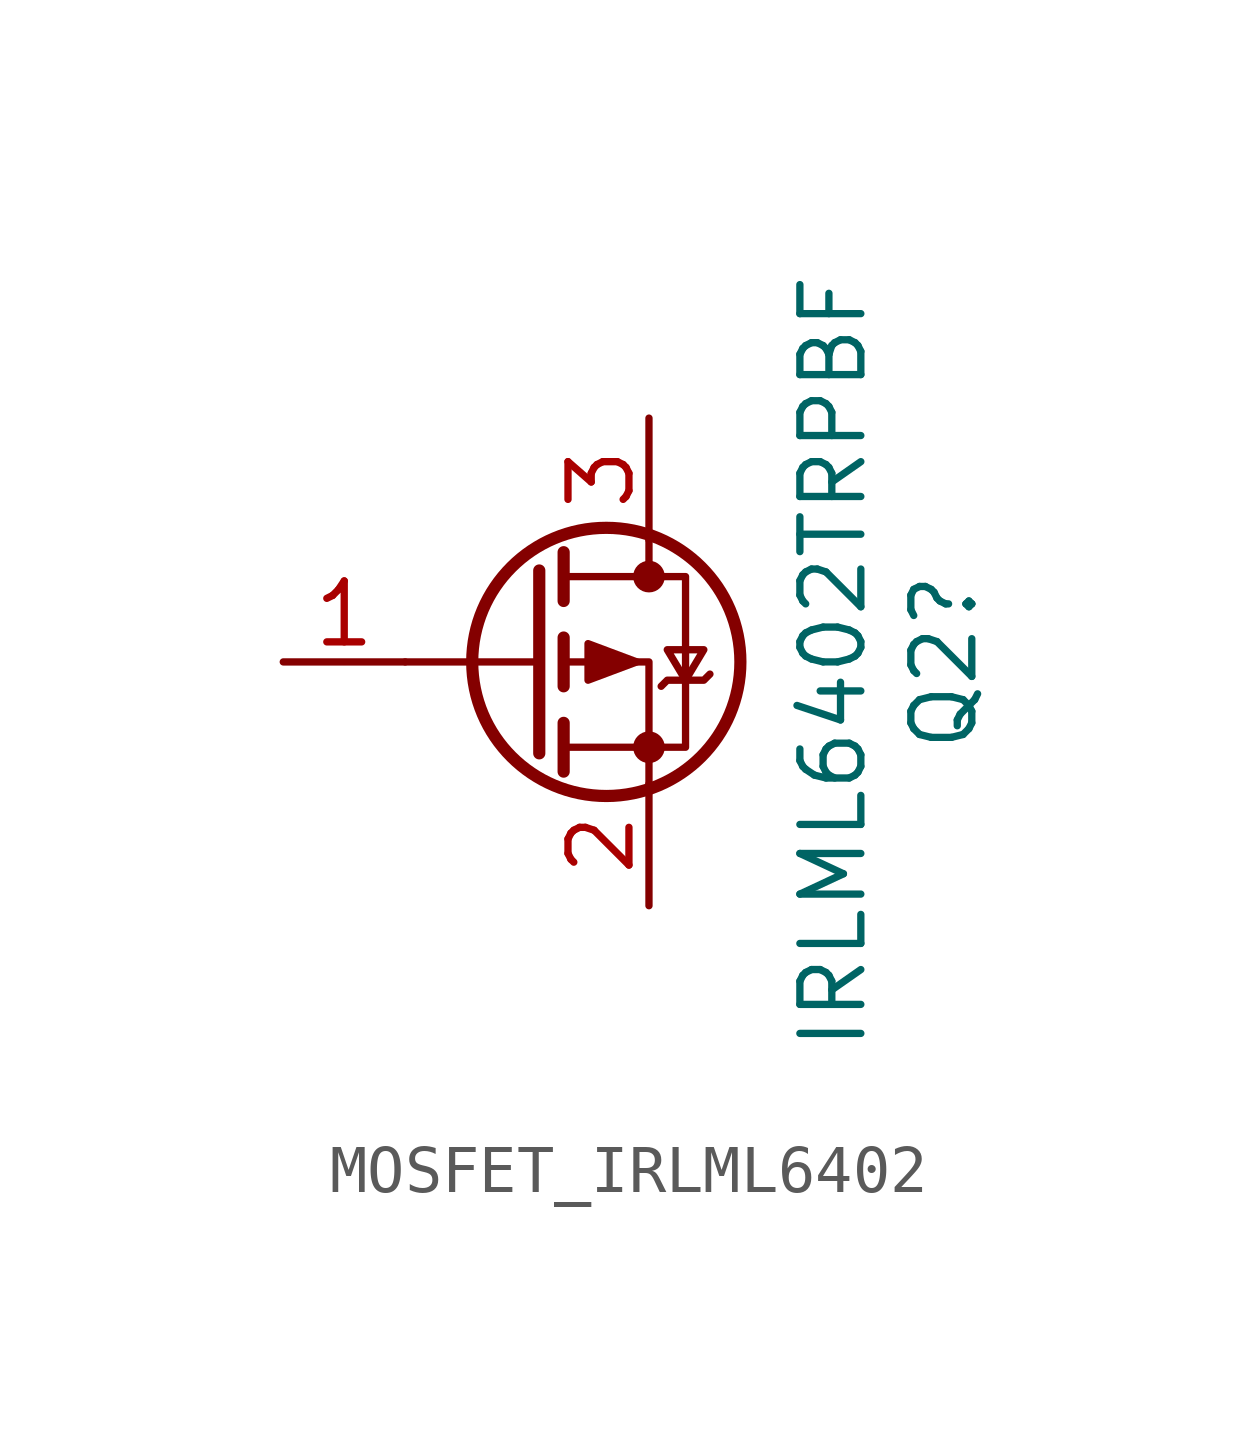
<source format=kicad_sym>
(kicad_symbol_lib
  (version 20220914)
  (generator kicad_symbol_editor)
  (symbol "MOSFET_IRLML6402"
    (pin_names hide)
    (property "Reference" "Q2"
      (at 8.687 0 90)
      (effects (font (size 1.27 1.27))))
    (property "Value" "IRLML6402TRPBF"
      (at 6.375 0 90)
      (effects (font (size 1.27 1.27))))
    (symbol "MOSFET_IRLML6402_0_1"
      (polyline (pts (xy 0.254 0) (xy -2.54 0)) (stroke (width 0) (type default)) (fill (type none)))
      (polyline (pts (xy 0.254 1.905) (xy 0.254 -1.905)) (stroke (width 0.254) (type default)) (fill (type none)))
      (polyline (pts (xy 0.762 -1.27) (xy 0.762 -2.286)) (stroke (width 0.254) (type default)) (fill (type none)))
      (polyline (pts (xy 0.762 0.508) (xy 0.762 -0.508)) (stroke (width 0.254) (type default)) (fill (type none)))
      (polyline (pts (xy 0.762 2.286) (xy 0.762 1.27)) (stroke (width 0.254) (type default)) (fill (type none)))
      (polyline (pts (xy 2.54 2.54) (xy 2.54 1.778)) (stroke (width 0) (type default)) (fill (type none)))
      (polyline (pts (xy 2.54 -2.54) (xy 2.54 0) (xy 0.762 0)) (stroke (width 0) (type default)) (fill (type none)))
      (polyline (pts (xy 0.762 1.778) (xy 3.302 1.778) (xy 3.302 -1.778) (xy 0.762 -1.778)) (stroke (width 0) (type default)) (fill (type none)))
      (polyline (pts (xy 2.286 0) (xy 1.27 0.381) (xy 1.27 -0.381) (xy 2.286 0)) (stroke (width 0) (type default)) (fill (type outline)))
      (polyline (pts (xy 2.794 -0.508) (xy 2.921 -0.381) (xy 3.683 -0.381) (xy 3.81 -0.254)) (stroke (width 0) (type default)) (fill (type none)))
      (polyline (pts (xy 3.302 -0.381) (xy 2.921 0.254) (xy 3.683 0.254) (xy 3.302 -0.381)) (stroke (width 0) (type default)) (fill (type none)))
      (circle (center 1.651 0) (radius 2.794) (stroke (width 0.254) (type default)) (fill (type none)))
      (circle (center 2.54 -1.778) (radius 0.254) (stroke (width 0) (type default)) (fill (type outline)))
      (circle (center 2.54 1.778) (radius 0.254) (stroke (width 0) (type default)) (fill (type outline))))
    (symbol "MOSFET_IRLML6402_1_1"
      (pin input line (at -5.08 0 0) (length 2.54) (name "G" (effects (font (size 1.27 1.27)))) (number "1" (effects (font (size 1.27 1.27)))))
      (pin passive line (at 2.54 -5.08 90) (length 2.54) (name "S" (effects (font (size 1.27 1.27)))) (number "2" (effects (font (size 1.27 1.27)))))
      (pin passive line (at 2.54 5.08 270) (length 2.54) (name "D" (effects (font (size 1.27 1.27)))) (number "3" (effects (font (size 1.27 1.27))))))))
</source>
